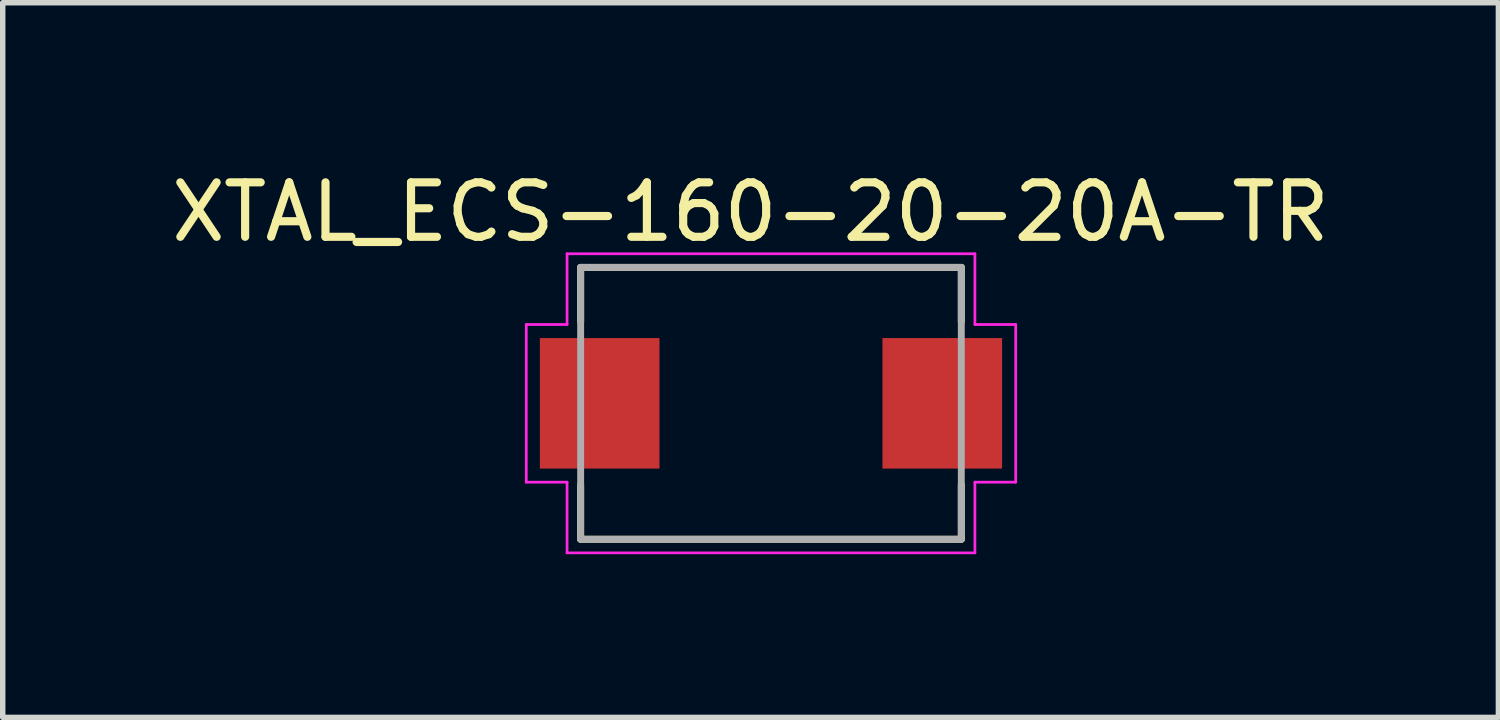
<source format=kicad_pcb>
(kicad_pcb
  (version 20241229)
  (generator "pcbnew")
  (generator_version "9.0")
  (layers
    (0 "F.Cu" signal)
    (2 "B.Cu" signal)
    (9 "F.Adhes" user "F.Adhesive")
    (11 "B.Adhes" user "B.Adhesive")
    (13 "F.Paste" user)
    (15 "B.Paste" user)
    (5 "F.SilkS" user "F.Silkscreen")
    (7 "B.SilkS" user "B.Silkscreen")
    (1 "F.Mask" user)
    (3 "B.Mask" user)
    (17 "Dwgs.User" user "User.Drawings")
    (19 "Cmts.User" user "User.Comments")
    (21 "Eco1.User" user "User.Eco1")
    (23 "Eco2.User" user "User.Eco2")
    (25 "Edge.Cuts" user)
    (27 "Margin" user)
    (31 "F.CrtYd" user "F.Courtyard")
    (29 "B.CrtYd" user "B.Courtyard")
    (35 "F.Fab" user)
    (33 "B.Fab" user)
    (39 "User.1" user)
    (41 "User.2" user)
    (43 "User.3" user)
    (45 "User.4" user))
  (footprint "XTAL_ECS-160-20-20A-TR"
    (layer "F.Cu")
    (at 11.128 4.367)
    (property "Reference" "XTAL_ECS-160-20-20A-TR" (at -0.375 -3.518 0) (layer "F.SilkS") (effects (font (size 1.001 1.001) (thickness 0.15))))
    (attr smd)
    (fp_line (start -3.5 -2.5) (end 3.5 -2.5) (stroke (width 0.127) (type solid)) (layer "F.SilkS"))
    (fp_line (start -3.5 -1.5) (end -3.5 -2.5) (stroke (width 0.127) (type solid)) (layer "F.SilkS"))
    (fp_line (start -3.5 2.5) (end -3.5 1.5) (stroke (width 0.127) (type solid)) (layer "F.SilkS"))
    (fp_line (start 3.5 -2.5) (end 3.5 -1.5) (stroke (width 0.127) (type solid)) (layer "F.SilkS"))
    (fp_line (start 3.5 1.5) (end 3.5 2.5) (stroke (width 0.127) (type solid)) (layer "F.SilkS"))
    (fp_line (start 3.5 2.5) (end -3.5 2.5) (stroke (width 0.127) (type solid)) (layer "F.SilkS"))
    (fp_line (start -4.5 -1.45) (end -3.75 -1.45) (stroke (width 0.05) (type solid)) (layer "F.CrtYd"))
    (fp_line (start -4.5 1.45) (end -4.5 -1.45) (stroke (width 0.05) (type solid)) (layer "F.CrtYd"))
    (fp_line (start -3.75 -2.75) (end 3.75 -2.75) (stroke (width 0.05) (type solid)) (layer "F.CrtYd"))
    (fp_line (start -3.75 -1.45) (end -3.75 -2.75) (stroke (width 0.05) (type solid)) (layer "F.CrtYd"))
    (fp_line (start -3.75 1.45) (end -4.5 1.45) (stroke (width 0.05) (type solid)) (layer "F.CrtYd"))
    (fp_line (start -3.75 2.75) (end -3.75 1.45) (stroke (width 0.05) (type solid)) (layer "F.CrtYd"))
    (fp_line (start 3.75 -2.75) (end 3.75 -1.45) (stroke (width 0.05) (type solid)) (layer "F.CrtYd"))
    (fp_line (start 3.75 -1.45) (end 4.5 -1.45) (stroke (width 0.05) (type solid)) (layer "F.CrtYd"))
    (fp_line (start 3.75 1.45) (end 3.75 2.75) (stroke (width 0.05) (type solid)) (layer "F.CrtYd"))
    (fp_line (start 3.75 2.75) (end -3.75 2.75) (stroke (width 0.05) (type solid)) (layer "F.CrtYd"))
    (fp_line (start 4.5 -1.45) (end 4.5 1.45) (stroke (width 0.05) (type solid)) (layer "F.CrtYd"))
    (fp_line (start 4.5 1.45) (end 3.75 1.45) (stroke (width 0.05) (type solid)) (layer "F.CrtYd"))
    (fp_line (start -3.5 -2.5) (end 3.5 -2.5) (stroke (width 0.127) (type solid)) (layer "F.Fab"))
    (fp_line (start -3.5 2.5) (end -3.5 -2.5) (stroke (width 0.127) (type solid)) (layer "F.Fab"))
    (fp_line (start 3.5 -2.5) (end 3.5 2.5) (stroke (width 0.127) (type solid)) (layer "F.Fab"))
    (fp_line (start 3.5 2.5) (end -3.5 2.5) (stroke (width 0.127) (type solid)) (layer "F.Fab"))
    (pad "1" smd rect (at -3.15 0) (size 2.2 2.4) (layers "F.Cu" "F.Mask" "F.Paste"))
    (pad "2" smd rect (at 3.15 0) (size 2.2 2.4) (layers "F.Cu" "F.Mask" "F.Paste")))
  (gr_rect
    (start -3 -3)
    (end 24.505 10.142)
    (stroke (width 0.1) (type default))
    (fill no)
    (layer "Edge.Cuts")))
</source>
